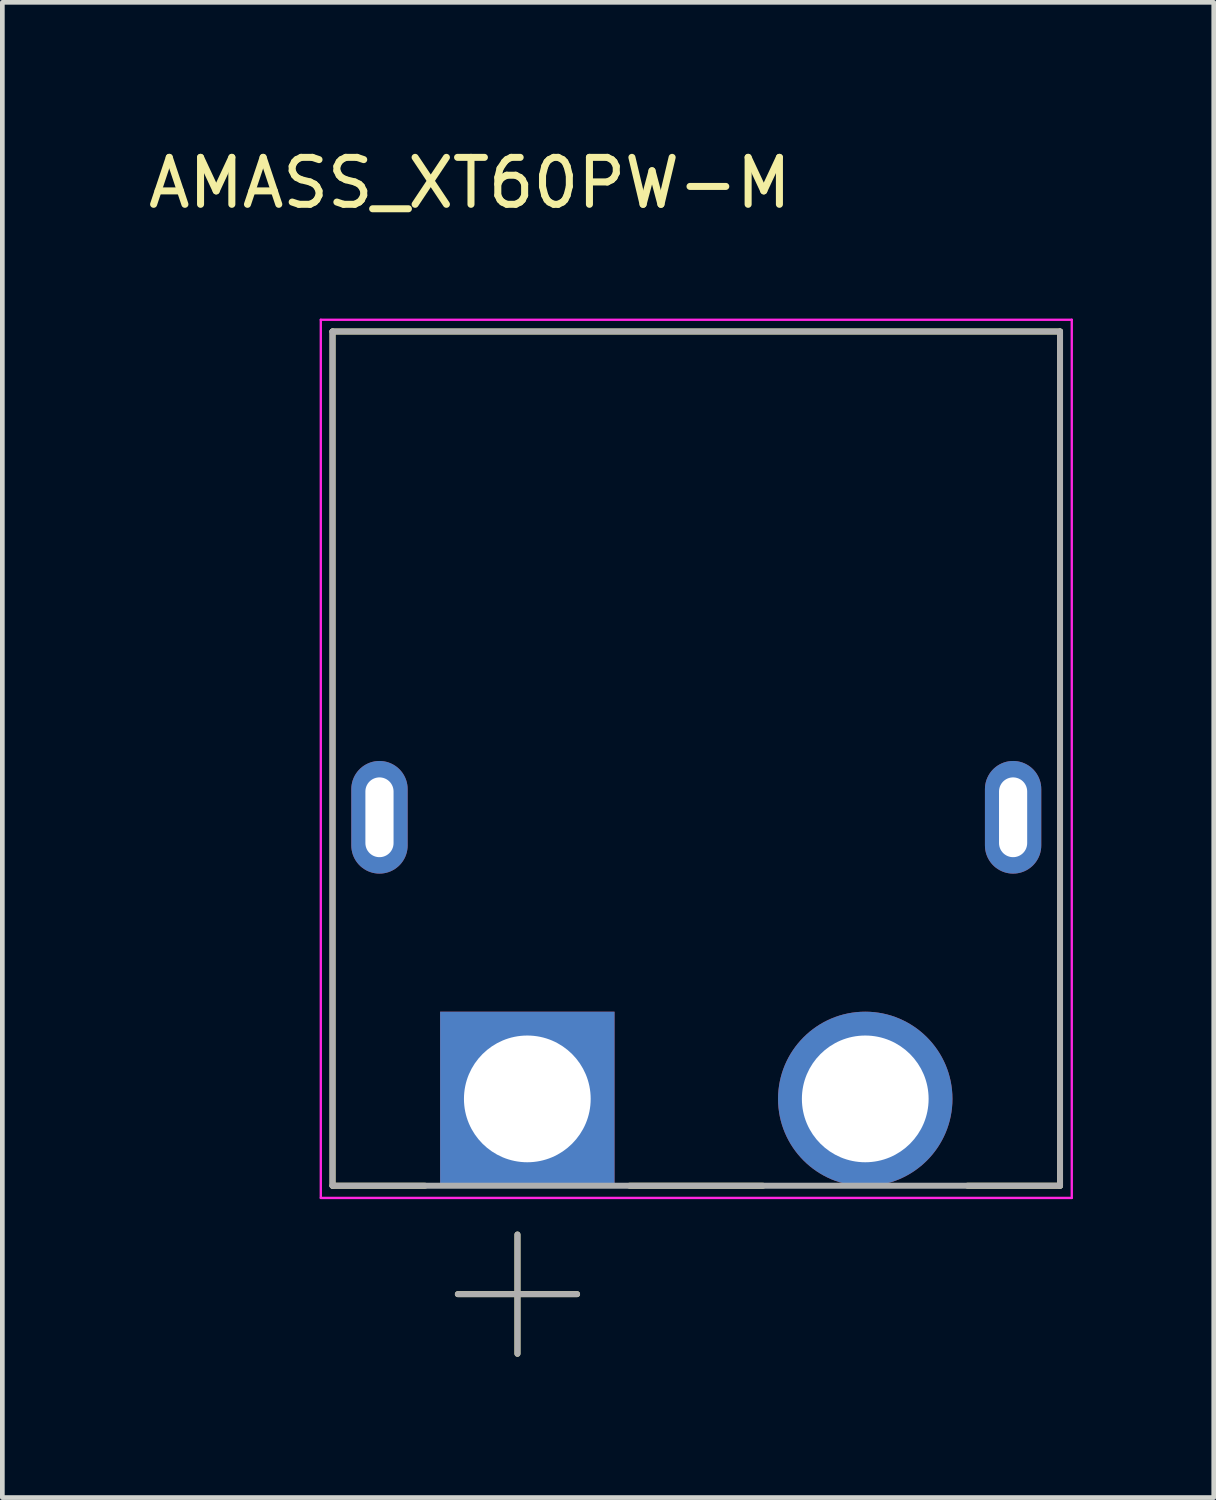
<source format=kicad_pcb>
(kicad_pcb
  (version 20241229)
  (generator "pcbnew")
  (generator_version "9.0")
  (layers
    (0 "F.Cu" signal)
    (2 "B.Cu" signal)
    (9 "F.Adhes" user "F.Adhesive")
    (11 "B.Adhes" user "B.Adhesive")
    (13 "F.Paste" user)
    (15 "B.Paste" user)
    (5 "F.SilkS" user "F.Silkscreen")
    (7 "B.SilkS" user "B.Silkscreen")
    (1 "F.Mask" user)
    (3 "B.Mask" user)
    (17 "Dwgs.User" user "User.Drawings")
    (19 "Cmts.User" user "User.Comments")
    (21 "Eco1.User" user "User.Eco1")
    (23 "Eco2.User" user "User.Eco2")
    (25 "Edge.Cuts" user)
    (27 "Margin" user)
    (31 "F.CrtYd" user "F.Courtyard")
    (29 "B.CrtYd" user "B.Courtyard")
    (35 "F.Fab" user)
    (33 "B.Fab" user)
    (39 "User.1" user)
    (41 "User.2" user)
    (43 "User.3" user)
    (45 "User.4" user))
  (footprint "AMASS_XT60PW-M"
    (layer "F.Cu")
    (at 11.785 14.363)
    (property "Reference" "AMASS_XT60PW-M" (at -4.824 -13.515 0) (layer "F.SilkS") (effects (font (size 1 1) (thickness 0.15))))
    (attr through_hole)
    (fp_line (start -7.75 -10.35) (end -7.75 7.85) (stroke (width 0.127) (type solid)) (layer "F.SilkS"))
    (fp_line (start -7.75 7.85) (end -5.778 7.85) (stroke (width 0.127) (type solid)) (layer "F.SilkS"))
    (fp_line (start -5.08 10.16) (end -3.81 10.16) (stroke (width 0.127) (type solid)) (layer "F.SilkS"))
    (fp_line (start -3.81 10.16) (end -3.81 8.89) (stroke (width 0.127) (type solid)) (layer "F.SilkS"))
    (fp_line (start -3.81 10.16) (end -3.81 11.43) (stroke (width 0.127) (type solid)) (layer "F.SilkS"))
    (fp_line (start -2.54 10.16) (end -3.81 10.16) (stroke (width 0.127) (type solid)) (layer "F.SilkS"))
    (fp_line (start -1.422 7.85) (end 1.422 7.85) (stroke (width 0.127) (type solid)) (layer "F.SilkS"))
    (fp_line (start 7.75 -10.35) (end -7.75 -10.35) (stroke (width 0.127) (type solid)) (layer "F.SilkS"))
    (fp_line (start 7.75 7.85) (end 5.778 7.85) (stroke (width 0.127) (type solid)) (layer "F.SilkS"))
    (fp_line (start 7.75 7.85) (end 7.75 -10.35) (stroke (width 0.127) (type solid)) (layer "F.SilkS"))
    (fp_line (start -8 -10.6) (end -8 8.11) (stroke (width 0.05) (type solid)) (layer "F.CrtYd"))
    (fp_line (start -8 8.11) (end 8 8.11) (stroke (width 0.05) (type solid)) (layer "F.CrtYd"))
    (fp_line (start 8 -10.6) (end -8 -10.6) (stroke (width 0.05) (type solid)) (layer "F.CrtYd"))
    (fp_line (start 8 8.11) (end 8 -10.6) (stroke (width 0.05) (type solid)) (layer "F.CrtYd"))
    (fp_line (start -7.75 -10.35) (end -7.75 7.85) (stroke (width 0.127) (type solid)) (layer "F.Fab"))
    (fp_line (start -7.75 7.85) (end 7.75 7.85) (stroke (width 0.127) (type solid)) (layer "F.Fab"))
    (fp_line (start -5.08 10.16) (end -3.81 10.16) (stroke (width 0.127) (type solid)) (layer "F.Fab"))
    (fp_line (start -3.81 10.16) (end -3.81 8.89) (stroke (width 0.127) (type solid)) (layer "F.Fab"))
    (fp_line (start -3.81 10.16) (end -3.81 11.43) (stroke (width 0.127) (type solid)) (layer "F.Fab"))
    (fp_line (start -2.54 10.16) (end -3.81 10.16) (stroke (width 0.127) (type solid)) (layer "F.Fab"))
    (fp_line (start 7.75 -10.35) (end -7.75 -10.35) (stroke (width 0.127) (type solid)) (layer "F.Fab"))
    (fp_line (start 7.75 7.85) (end 7.75 -10.35) (stroke (width 0.127) (type solid)) (layer "F.Fab"))
    (pad "1" thru_hole rect (at -3.6 6) (size 3.716 3.716) (drill 2.7) (layers "*.Cu" "*.Mask"))
    (pad "2" thru_hole circle (at 3.6 6) (size 3.716 3.716) (drill 2.7) (layers "*.Cu" "*.Mask"))
    (pad "S1" thru_hole oval (at -6.75 0) (size 1.2 2.4) (drill oval 0.6 1.7) (layers "*.Cu" "*.Mask"))
    (pad "S2" thru_hole oval (at 6.75 0) (size 1.2 2.4) (drill oval 0.6 1.7) (layers "*.Cu" "*.Mask")))
  (gr_rect
    (start -3 -3)
    (end 22.81 28.857)
    (stroke (width 0.1) (type default))
    (fill no)
    (layer "Edge.Cuts")))
</source>
